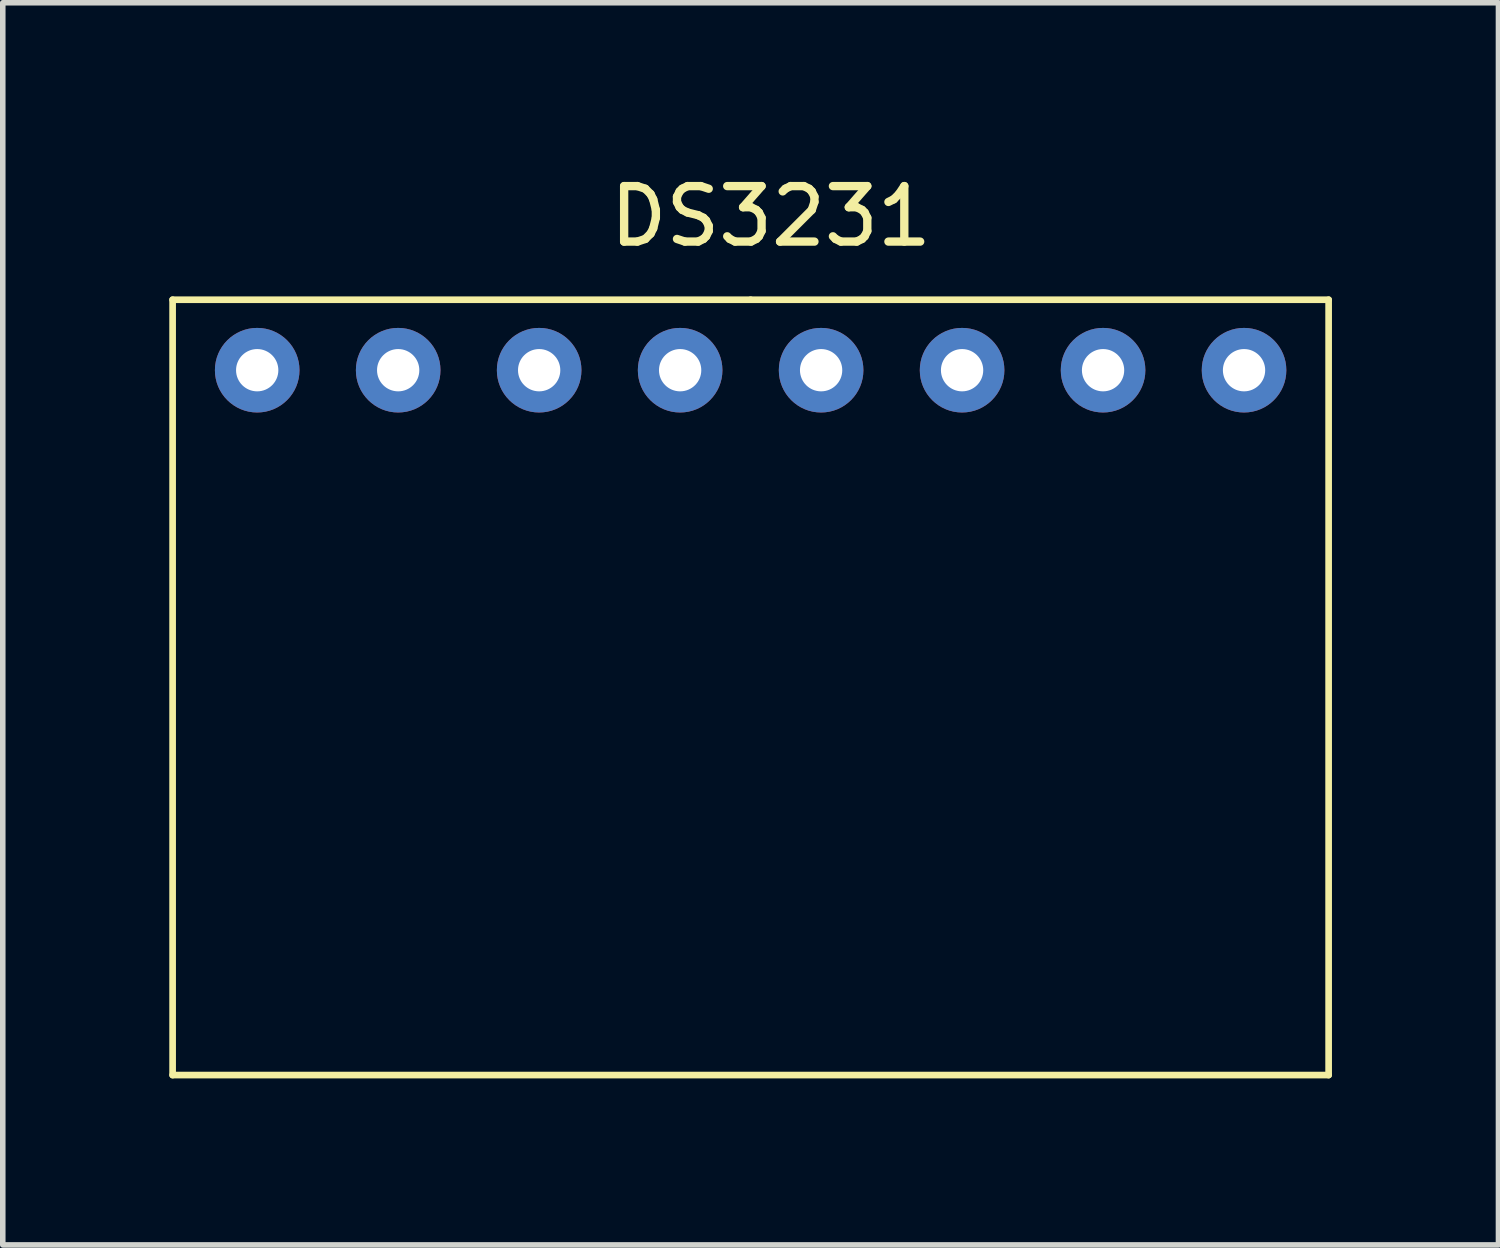
<source format=kicad_pcb>
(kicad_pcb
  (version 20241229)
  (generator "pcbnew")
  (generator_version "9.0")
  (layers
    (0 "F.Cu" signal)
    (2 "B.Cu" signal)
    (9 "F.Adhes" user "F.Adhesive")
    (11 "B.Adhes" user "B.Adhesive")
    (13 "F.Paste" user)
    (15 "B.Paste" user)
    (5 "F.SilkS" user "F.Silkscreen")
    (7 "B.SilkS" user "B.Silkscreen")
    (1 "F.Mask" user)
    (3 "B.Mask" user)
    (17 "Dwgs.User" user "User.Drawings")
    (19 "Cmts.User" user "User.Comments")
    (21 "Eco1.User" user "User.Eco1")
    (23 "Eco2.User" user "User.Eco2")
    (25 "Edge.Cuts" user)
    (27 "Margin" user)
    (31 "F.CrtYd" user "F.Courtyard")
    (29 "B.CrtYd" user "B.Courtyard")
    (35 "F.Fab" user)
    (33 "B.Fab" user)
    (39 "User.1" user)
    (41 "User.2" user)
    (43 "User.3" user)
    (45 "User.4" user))
  (footprint "DS3231"
    (layer "F.Cu")
    (at 1.584 3.62)
    (property "Reference" "DS3231" (at 9.254 -2.772 0) (layer "F.SilkS") (effects (font (size 1 1) (thickness 0.15))))
    (attr through_hole)
    (fp_line (start -1.524 -1.27) (end 8.89 -1.27) (stroke (width 0.12) (type solid)) (layer "F.SilkS"))
    (fp_line (start -1.524 12.7) (end -1.524 -1.27) (stroke (width 0.12) (type solid)) (layer "F.SilkS"))
    (fp_line (start 8.89 -1.27) (end 19.304 -1.27) (stroke (width 0.12) (type solid)) (layer "F.SilkS"))
    (fp_line (start 19.304 -1.27) (end 19.304 12.7) (stroke (width 0.12) (type solid)) (layer "F.SilkS"))
    (fp_line (start 19.304 12.7) (end -1.524 12.7) (stroke (width 0.12) (type solid)) (layer "F.SilkS"))
    (pad "1" thru_hole circle (at 0 0) (size 1.524 1.524) (drill 0.762) (layers "*.Cu" "*.Mask"))
    (pad "2" thru_hole circle (at 2.54 0) (size 1.524 1.524) (drill 0.762) (layers "*.Cu" "*.Mask"))
    (pad "3" thru_hole circle (at 5.08 0) (size 1.524 1.524) (drill 0.762) (layers "*.Cu" "*.Mask"))
    (pad "4" thru_hole circle (at 7.62 0) (size 1.524 1.524) (drill 0.762) (layers "*.Cu" "*.Mask"))
    (pad "5" thru_hole circle (at 10.16 0) (size 1.524 1.524) (drill 0.762) (layers "*.Cu" "*.Mask"))
    (pad "6" thru_hole circle (at 12.7 0) (size 1.524 1.524) (drill 0.762) (layers "*.Cu" "*.Mask"))
    (pad "7" thru_hole circle (at 15.24 0) (size 1.524 1.524) (drill 0.762) (layers "*.Cu" "*.Mask"))
    (pad "8" thru_hole circle (at 17.78 0) (size 1.524 1.524) (drill 0.762) (layers "*.Cu" "*.Mask")))
  (gr_rect
    (start -3 -3)
    (end 23.948 19.38)
    (stroke (width 0.1) (type default))
    (fill no)
    (layer "Edge.Cuts")))
</source>
